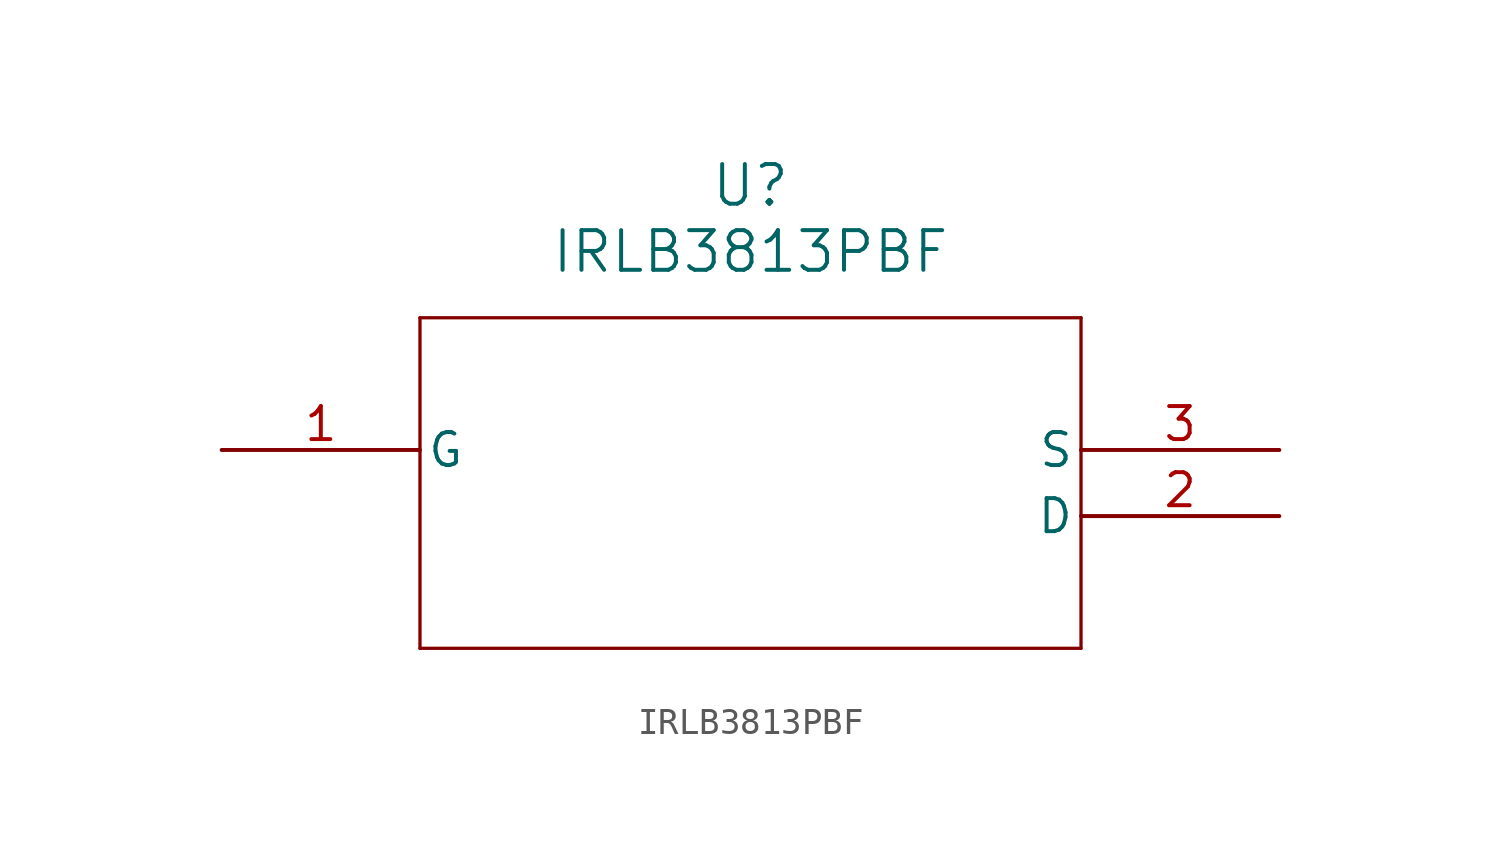
<source format=kicad_sym>
(kicad_symbol_lib
  (version 20211014)
  (generator kicad_symbol_editor)
  (symbol "IRLB3813PBF"
    (pin_names
      (offset 0.254))
    (property "Reference" "U"
      (at 20.32 10.16 0)
      (effects (font (size 1.524 1.524))))
    (property "Value" "IRLB3813PBF"
      (at 20.32 7.62 0)
      (effects (font (size 1.524 1.524))))
    (symbol "IRLB3813PBF_0_1"
      (polyline (pts (xy 7.62 5.08) (xy 7.62 -7.62)) (stroke (width 0.127) (type default) (color 0 0 0 0)) (fill (type none)))
      (polyline (pts (xy 7.62 -7.62) (xy 33.02 -7.62)) (stroke (width 0.127) (type default) (color 0 0 0 0)) (fill (type none)))
      (polyline (pts (xy 33.02 -7.62) (xy 33.02 5.08)) (stroke (width 0.127) (type default) (color 0 0 0 0)) (fill (type none)))
      (polyline (pts (xy 33.02 5.08) (xy 7.62 5.08)) (stroke (width 0.127) (type default) (color 0 0 0 0)) (fill (type none)))
      (pin unspecified line (at 0 0 0) (length 7.62) (name "G" (effects (font (size 1.27 1.27)))) (number "1" (effects (font (size 1.27 1.27)))))
      (pin unspecified line (at 40.64 -2.54 180) (length 7.62) (name "D" (effects (font (size 1.27 1.27)))) (number "2" (effects (font (size 1.27 1.27)))))
      (pin unspecified line (at 40.64 0 180) (length 7.62) (name "S" (effects (font (size 1.27 1.27)))) (number "3" (effects (font (size 1.27 1.27))))))))
</source>
